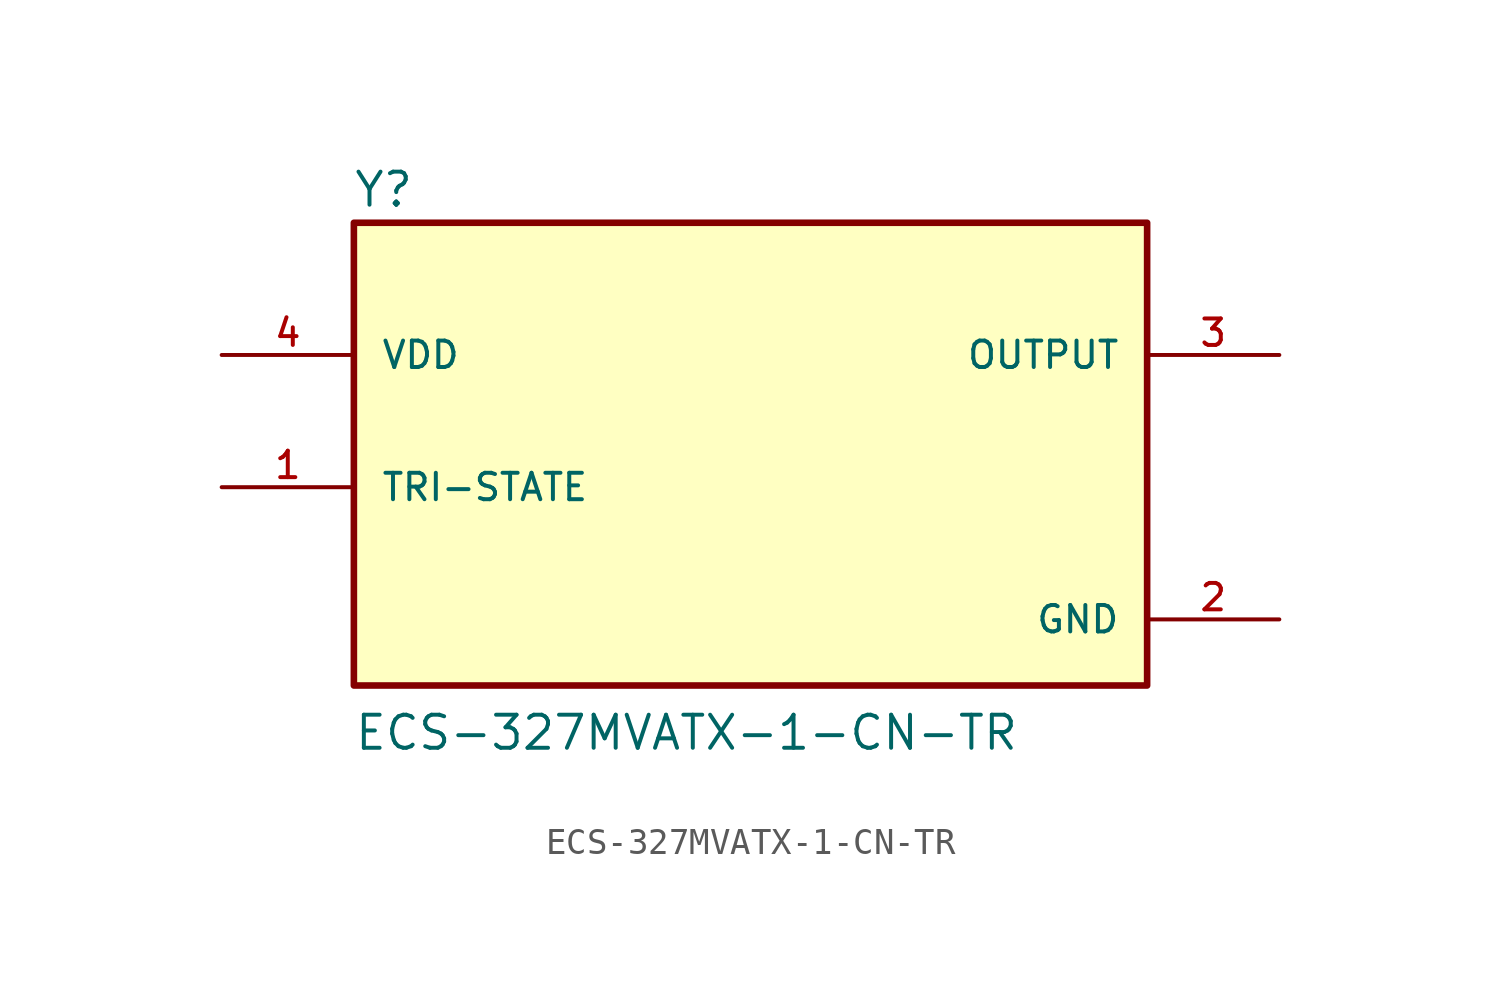
<source format=kicad_sym>
(kicad_symbol_lib
  (version 20211014)
  (generator kicad_symbol_editor)
  (symbol "ECS-327MVATX-1-CN-TR"
    (pin_names
      (offset 1.016))
    (property "Reference" "Y"
      (at -15.284 8.151 0)
      (effects (font (size 1.27 1.27)) (justify bottom left)))
    (property "Value" "ECS-327MVATX-1-CN-TR"
      (at -15.259 -12.716 0)
      (effects (font (size 1.27 1.27)) (justify bottom left)))
    (symbol "ECS-327MVATX-1-CN-TR_0_0"
      (rectangle (start -15.24 -10.16) (end 15.24 7.62) (stroke (width 0.254)) (fill (type background)))
      (pin input line (at -20.32 -2.54 0) (length 5.08) (name "TRI-STATE" (effects (font (size 1.016 1.016)))) (number "1" (effects (font (size 1.016 1.016)))))
      (pin output line (at 20.32 2.54 180.0) (length 5.08) (name "OUTPUT" (effects (font (size 1.016 1.016)))) (number "3" (effects (font (size 1.016 1.016)))))
      (pin input line (at -20.32 2.54 0) (length 5.08) (name "VDD" (effects (font (size 1.016 1.016)))) (number "4" (effects (font (size 1.016 1.016)))))
      (pin power_in line (at 20.32 -7.62 180.0) (length 5.08) (name "GND" (effects (font (size 1.016 1.016)))) (number "2" (effects (font (size 1.016 1.016))))))))
</source>
